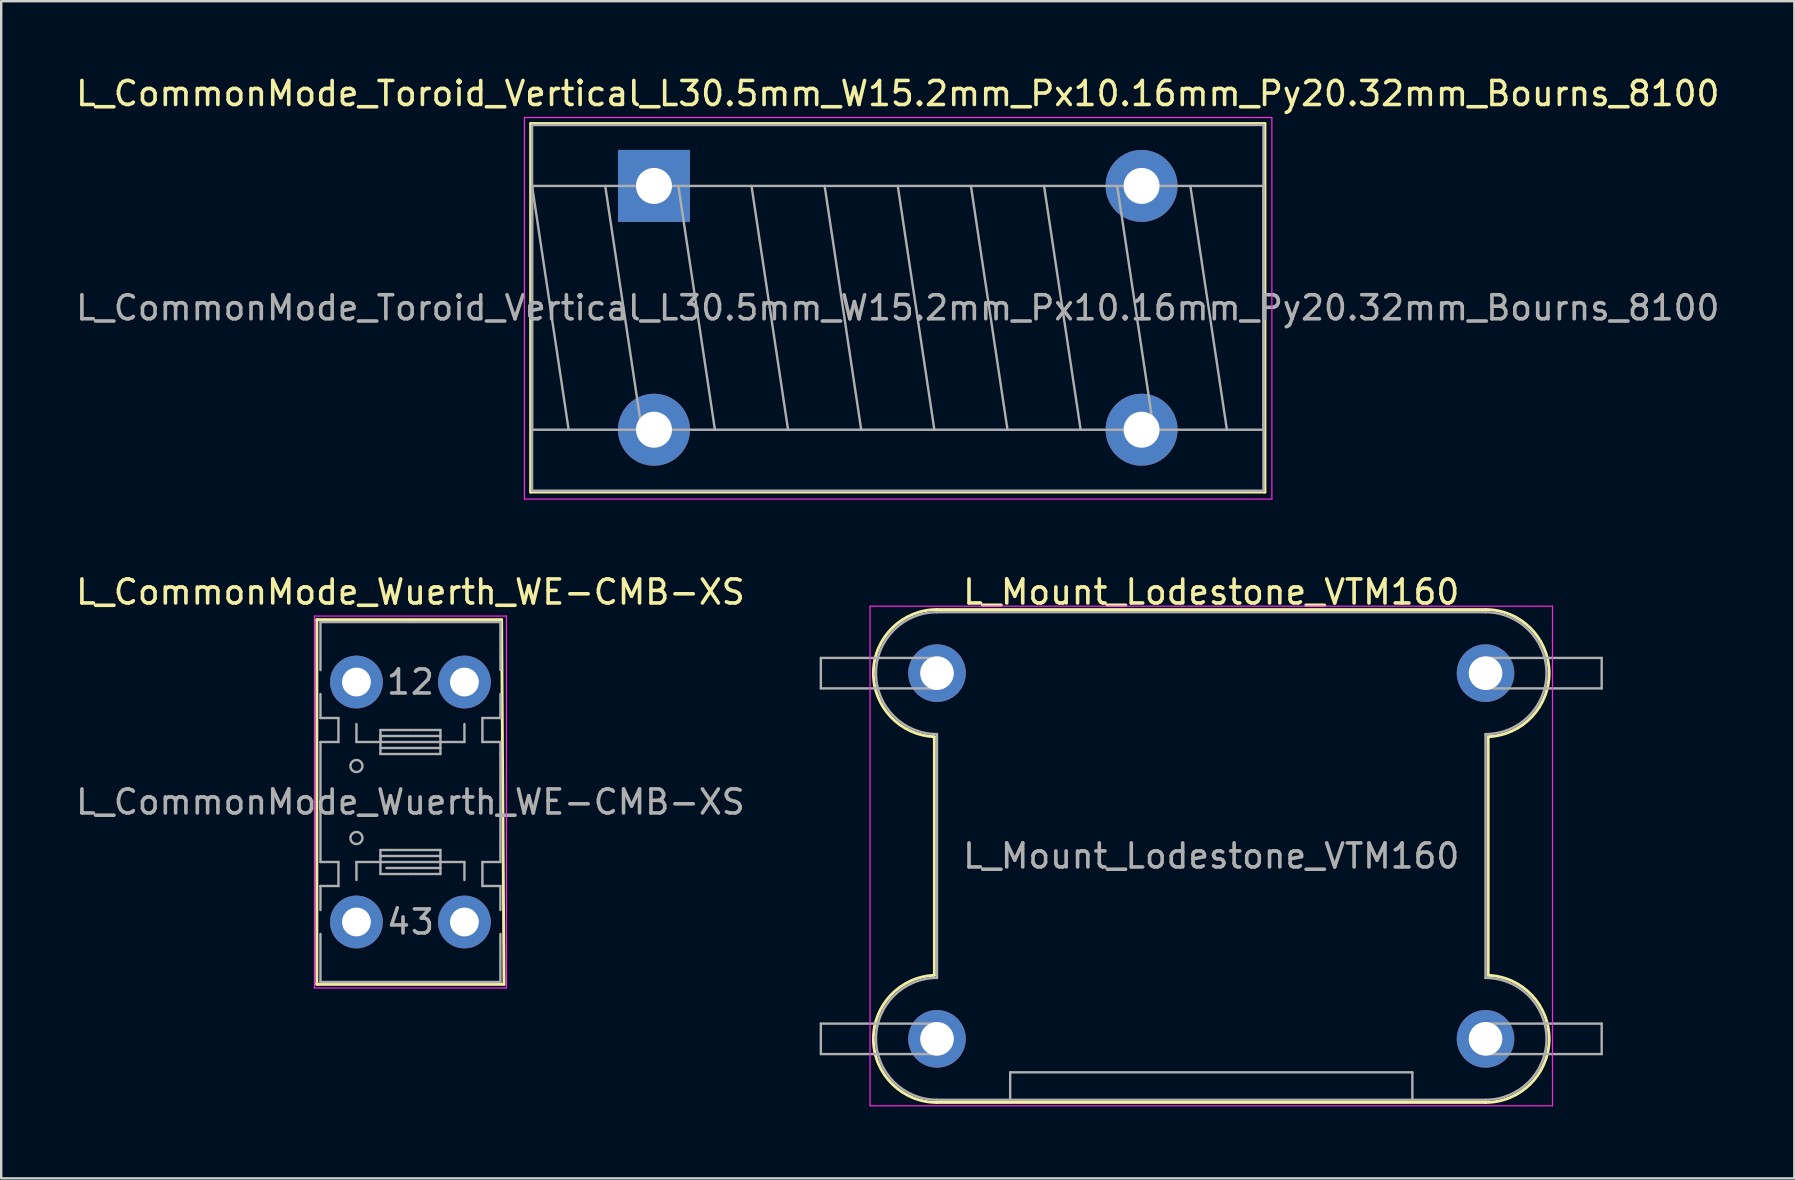
<source format=kicad_pcb>
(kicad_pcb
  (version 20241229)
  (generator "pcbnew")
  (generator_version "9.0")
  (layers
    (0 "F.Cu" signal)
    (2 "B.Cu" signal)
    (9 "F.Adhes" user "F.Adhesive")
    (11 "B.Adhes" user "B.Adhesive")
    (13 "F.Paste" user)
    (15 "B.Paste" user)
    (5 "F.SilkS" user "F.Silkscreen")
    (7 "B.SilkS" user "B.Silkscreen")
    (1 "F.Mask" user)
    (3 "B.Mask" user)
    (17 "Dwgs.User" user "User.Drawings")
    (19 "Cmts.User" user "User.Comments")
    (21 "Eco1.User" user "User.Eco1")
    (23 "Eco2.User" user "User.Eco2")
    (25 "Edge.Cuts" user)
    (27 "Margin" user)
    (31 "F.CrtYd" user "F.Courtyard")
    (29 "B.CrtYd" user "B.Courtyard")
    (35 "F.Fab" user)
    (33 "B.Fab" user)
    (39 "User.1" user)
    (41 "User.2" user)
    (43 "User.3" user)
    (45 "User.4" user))
  (footprint "L_CommonMode_Toroid_Vertical_L30.5mm_W15.2mm_Px10.16mm_Py20.32mm_Bourns_8100"
    (layer "F.Cu")
    (at 24.203 4.698)
    (property "Reference" "L_CommonMode_Toroid_Vertical_L30.5mm_W15.2mm_Px10.16mm_Py20.32mm_Bourns_8100" (at 10.16 -3.85 0) (layer "F.SilkS") (effects (font (size 1 1) (thickness 0.15))))
    (attr through_hole)
    (fp_line (start -5.14 -2.6) (end -5.14 12.76) (stroke (width 0.12) (type solid)) (layer "F.SilkS"))
    (fp_line (start -5.14 -2.6) (end 25.46 -2.6) (stroke (width 0.12) (type solid)) (layer "F.SilkS"))
    (fp_line (start -5.14 12.76) (end 25.46 12.76) (stroke (width 0.12) (type solid)) (layer "F.SilkS"))
    (fp_line (start 25.46 -2.6) (end 25.46 12.76) (stroke (width 0.12) (type solid)) (layer "F.SilkS"))
    (fp_line (start -5.4 -2.85) (end -5.4 13.05) (stroke (width 0.05) (type solid)) (layer "F.CrtYd"))
    (fp_line (start -5.4 13.05) (end 25.75 13.05) (stroke (width 0.05) (type solid)) (layer "F.CrtYd"))
    (fp_line (start 25.75 -2.85) (end -5.4 -2.85) (stroke (width 0.05) (type solid)) (layer "F.CrtYd"))
    (fp_line (start 25.75 13.05) (end 25.75 -2.85) (stroke (width 0.05) (type solid)) (layer "F.CrtYd"))
    (fp_line (start -5.08 -2.54) (end -5.08 12.7) (stroke (width 0.1) (type solid)) (layer "F.Fab"))
    (fp_line (start -5.08 0) (end -5.08 10.16) (stroke (width 0.1) (type solid)) (layer "F.Fab"))
    (fp_line (start -5.08 0) (end -3.556 10.16) (stroke (width 0.1) (type solid)) (layer "F.Fab"))
    (fp_line (start -5.08 10.16) (end 25.4 10.16) (stroke (width 0.1) (type solid)) (layer "F.Fab"))
    (fp_line (start -5.08 12.7) (end 25.4 12.7) (stroke (width 0.1) (type solid)) (layer "F.Fab"))
    (fp_line (start -2.032 0) (end -0.508 10.16) (stroke (width 0.1) (type solid)) (layer "F.Fab"))
    (fp_line (start 1.016 0) (end 2.54 10.16) (stroke (width 0.1) (type solid)) (layer "F.Fab"))
    (fp_line (start 4.064 0) (end 5.588 10.16) (stroke (width 0.1) (type solid)) (layer "F.Fab"))
    (fp_line (start 7.112 0) (end 8.636 10.16) (stroke (width 0.1) (type solid)) (layer "F.Fab"))
    (fp_line (start 10.16 0) (end 11.684 10.16) (stroke (width 0.1) (type solid)) (layer "F.Fab"))
    (fp_line (start 13.208 0) (end 14.732 10.16) (stroke (width 0.1) (type solid)) (layer "F.Fab"))
    (fp_line (start 16.256 0) (end 17.78 10.16) (stroke (width 0.1) (type solid)) (layer "F.Fab"))
    (fp_line (start 19.304 0) (end 20.828 10.16) (stroke (width 0.1) (type solid)) (layer "F.Fab"))
    (fp_line (start 22.352 0) (end 23.876 10.16) (stroke (width 0.1) (type solid)) (layer "F.Fab"))
    (fp_line (start 25.4 -2.54) (end -5.08 -2.54) (stroke (width 0.1) (type solid)) (layer "F.Fab"))
    (fp_line (start 25.4 0) (end -5.08 0) (stroke (width 0.1) (type solid)) (layer "F.Fab"))
    (fp_line (start 25.4 10.16) (end 25.4 0) (stroke (width 0.1) (type solid)) (layer "F.Fab"))
    (fp_line (start 25.4 12.7) (end 25.4 -2.54) (stroke (width 0.1) (type solid)) (layer "F.Fab"))
    (fp_text user "${REFERENCE}" (at 10.16 5.08 0) (layer "F.Fab") (effects (font (size 1 1) (thickness 0.15))))
    (pad "1" thru_hole rect (at 0 0) (size 3 3) (drill 1.5) (layers "*.Cu" "*.Mask"))
    (pad "2" thru_hole circle (at 0 10.16) (size 3 3) (drill 1.5) (layers "*.Cu" "*.Mask"))
    (pad "3" thru_hole circle (at 20.32 10.16) (size 3 3) (drill 1.5) (layers "*.Cu" "*.Mask"))
    (pad "4" thru_hole circle (at 20.32 0) (size 3 3) (drill 1.5) (layers "*.Cu" "*.Mask")))
  (footprint "L_Mount_Lodestone_VTM160"
    (layer "F.Cu")
    (at 35.997 40.242)
    (property "Reference" "L_Mount_Lodestone_VTM160" (at 11.43 -18.62 0) (layer "F.SilkS") (effects (font (size 1 1) (thickness 0.15))))
    (attr through_hole)
    (fp_line (start -0.11 -2.65) (end -0.11 -12.59) (stroke (width 0.12) (type solid)) (layer "F.SilkS"))
    (fp_line (start 0 -17.89) (end 22.86 -17.89) (stroke (width 0.12) (type solid)) (layer "F.SilkS"))
    (fp_line (start 0 2.65) (end 22.86 2.65) (stroke (width 0.12) (type solid)) (layer "F.SilkS"))
    (fp_line (start 22.97 -2.65) (end 22.97 -12.59) (stroke (width 0.12) (type solid)) (layer "F.SilkS"))
    (fp_arc (start -0.11097 -12.592325) (mid -2.649418 -15.295497) (end 0 -17.89) (stroke (width 0.12) (type solid)) (layer "F.SilkS"))
    (fp_arc (start 0 2.65) (mid -2.649419 0.055497) (end -0.11097 -2.647675) (stroke (width 0.12) (type solid)) (layer "F.SilkS"))
    (fp_arc (start 22.86 -17.89) (mid 25.509419 -15.295497) (end 22.97097 -12.592325) (stroke (width 0.12) (type solid)) (layer "F.SilkS"))
    (fp_arc (start 22.97097 -2.647675) (mid 25.509418 0.055497) (end 22.86 2.65) (stroke (width 0.12) (type solid)) (layer "F.SilkS"))
    (fp_line (start -2.79 -18.03) (end 25.65 -18.03) (stroke (width 0.05) (type solid)) (layer "F.CrtYd"))
    (fp_line (start -2.79 2.79) (end -2.79 -18.03) (stroke (width 0.05) (type solid)) (layer "F.CrtYd"))
    (fp_line (start -2.79 2.79) (end 25.65 2.79) (stroke (width 0.05) (type solid)) (layer "F.CrtYd"))
    (fp_line (start 25.65 2.79) (end 25.65 -18.03) (stroke (width 0.05) (type solid)) (layer "F.CrtYd"))
    (fp_line (start -4.84 -15.875) (end 0 -15.875) (stroke (width 0.1) (type solid)) (layer "F.Fab"))
    (fp_line (start -4.84 -14.605) (end -4.84 -15.875) (stroke (width 0.1) (type solid)) (layer "F.Fab"))
    (fp_line (start -4.84 -0.635) (end 0 -0.635) (stroke (width 0.1) (type solid)) (layer "F.Fab"))
    (fp_line (start -4.84 0.635) (end -4.84 -0.635) (stroke (width 0.1) (type solid)) (layer "F.Fab"))
    (fp_line (start 0 -17.78) (end 22.86 -17.78) (stroke (width 0.1) (type solid)) (layer "F.Fab"))
    (fp_line (start 0 -14.605) (end -4.84 -14.605) (stroke (width 0.1) (type solid)) (layer "F.Fab"))
    (fp_line (start 0 -2.54) (end 0 -12.7) (stroke (width 0.1) (type solid)) (layer "F.Fab"))
    (fp_line (start 0 0.635) (end -4.84 0.635) (stroke (width 0.1) (type solid)) (layer "F.Fab"))
    (fp_line (start 0 2.54) (end 22.86 2.54) (stroke (width 0.1) (type solid)) (layer "F.Fab"))
    (fp_line (start 3.05 1.395) (end 3.05 2.54) (stroke (width 0.1) (type solid)) (layer "F.Fab"))
    (fp_line (start 3.05 1.395) (end 19.81 1.395) (stroke (width 0.1) (type solid)) (layer "F.Fab"))
    (fp_line (start 19.81 1.395) (end 19.81 2.54) (stroke (width 0.1) (type solid)) (layer "F.Fab"))
    (fp_line (start 22.86 -15.875) (end 27.7 -15.875) (stroke (width 0.1) (type solid)) (layer "F.Fab"))
    (fp_line (start 22.86 -2.54) (end 22.86 -12.7) (stroke (width 0.1) (type solid)) (layer "F.Fab"))
    (fp_line (start 22.86 -0.635) (end 27.7 -0.635) (stroke (width 0.1) (type solid)) (layer "F.Fab"))
    (fp_line (start 27.7 -15.875) (end 27.7 -14.605) (stroke (width 0.1) (type solid)) (layer "F.Fab"))
    (fp_line (start 27.7 -14.605) (end 22.86 -14.605) (stroke (width 0.1) (type solid)) (layer "F.Fab"))
    (fp_line (start 27.7 -0.635) (end 27.7 0.635) (stroke (width 0.1) (type solid)) (layer "F.Fab"))
    (fp_line (start 27.7 0.635) (end 22.86 0.635) (stroke (width 0.1) (type solid)) (layer "F.Fab"))
    (fp_arc (start 0 -15.875) (mid 0.635 -15.24) (end 0 -14.605) (stroke (width 0.1) (type solid)) (layer "F.Fab"))
    (fp_arc (start 0 -12.7) (mid -2.54 -15.24) (end 0 -17.78) (stroke (width 0.1) (type solid)) (layer "F.Fab"))
    (fp_arc (start 0 -0.635) (mid 0.635 0) (end 0 0.635) (stroke (width 0.1) (type solid)) (layer "F.Fab"))
    (fp_arc (start 0 2.54) (mid -2.54 0) (end 0 -2.54) (stroke (width 0.1) (type solid)) (layer "F.Fab"))
    (fp_arc (start 22.86 -17.78) (mid 25.4 -15.24) (end 22.86 -12.7) (stroke (width 0.1) (type solid)) (layer "F.Fab"))
    (fp_arc (start 22.86 -14.605) (mid 22.225 -15.24) (end 22.86 -15.875) (stroke (width 0.1) (type solid)) (layer "F.Fab"))
    (fp_arc (start 22.86 -2.54) (mid 25.4 0) (end 22.86 2.54) (stroke (width 0.1) (type solid)) (layer "F.Fab"))
    (fp_arc (start 22.86 0.635) (mid 22.225 0) (end 22.86 -0.635) (stroke (width 0.1) (type solid)) (layer "F.Fab"))
    (fp_text user "${REFERENCE}" (at 11.43 -7.62 0) (layer "F.Fab") (effects (font (size 1 1) (thickness 0.15))))
    (pad "1" thru_hole circle (at 0 0) (size 2.4 2.4) (drill 1.4) (layers "*.Cu" "*.Mask"))
    (pad "2" thru_hole circle (at 22.86 -15.24) (size 2.4 2.4) (drill 1.4) (layers "*.Cu" "*.Mask"))
    (pad "3" thru_hole circle (at 0 -15.24) (size 2.4 2.4) (drill 1.4) (layers "*.Cu" "*.Mask"))
    (pad "4" thru_hole circle (at 22.86 0) (size 2.4 2.4) (drill 1.4) (layers "*.Cu" "*.Mask")))
  (footprint "L_CommonMode_Wuerth_WE-CMB-XS"
    (layer "F.Cu")
    (at 11.804 25.372)
    (property "Reference" "L_CommonMode_Wuerth_WE-CMB-XS" (at 2.25 -3.75 0) (layer "F.SilkS") (effects (font (size 1 1) (thickness 0.15))))
    (attr through_hole)
    (fp_line (start -1.65 -2.6) (end -1.65 12.6) (stroke (width 0.12) (type solid)) (layer "F.SilkS"))
    (fp_line (start -1.65 12.6) (end 6.15 12.6) (stroke (width 0.12) (type solid)) (layer "F.SilkS"))
    (fp_line (start 6.05 -2.6) (end -1.65 -2.6) (stroke (width 0.12) (type solid)) (layer "F.SilkS"))
    (fp_line (start 6.15 12.6) (end 6.05 -2.6) (stroke (width 0.12) (type solid)) (layer "F.SilkS"))
    (fp_line (start -1.75 -2.75) (end -1.75 12.75) (stroke (width 0.05) (type solid)) (layer "F.CrtYd"))
    (fp_line (start -1.75 12.75) (end 6.25 12.75) (stroke (width 0.05) (type solid)) (layer "F.CrtYd"))
    (fp_line (start 6.25 -2.75) (end -1.75 -2.75) (stroke (width 0.05) (type solid)) (layer "F.CrtYd"))
    (fp_line (start 6.25 12.75) (end 6.25 -2.75) (stroke (width 0.05) (type solid)) (layer "F.CrtYd"))
    (fp_line (start -1.5 -2.5) (end 2.25 -2.5) (stroke (width 0.1) (type solid)) (layer "F.Fab"))
    (fp_line (start -1.5 -0.5) (end -1.5 -2.5) (stroke (width 0.1) (type solid)) (layer "F.Fab"))
    (fp_line (start -1.5 1.5) (end -1.5 0.5) (stroke (width 0.1) (type solid)) (layer "F.Fab"))
    (fp_line (start -1.5 2.5) (end -0.75 2.5) (stroke (width 0.1) (type solid)) (layer "F.Fab"))
    (fp_line (start -1.5 7.5) (end -1.5 2.5) (stroke (width 0.1) (type solid)) (layer "F.Fab"))
    (fp_line (start -1.5 8.5) (end -0.75 8.5) (stroke (width 0.1) (type solid)) (layer "F.Fab"))
    (fp_line (start -1.5 9.5) (end -1.5 8.5) (stroke (width 0.1) (type solid)) (layer "F.Fab"))
    (fp_line (start -1.5 12.5) (end -1.5 10.5) (stroke (width 0.1) (type solid)) (layer "F.Fab"))
    (fp_line (start -0.75 1.5) (end -1.5 1.5) (stroke (width 0.1) (type solid)) (layer "F.Fab"))
    (fp_line (start -0.75 2.5) (end -0.75 1.5) (stroke (width 0.1) (type solid)) (layer "F.Fab"))
    (fp_line (start -0.75 7.5) (end -1.5 7.5) (stroke (width 0.1) (type solid)) (layer "F.Fab"))
    (fp_line (start -0.75 8.5) (end -0.75 7.5) (stroke (width 0.1) (type solid)) (layer "F.Fab"))
    (fp_line (start 0 2.5) (end 0 1.75) (stroke (width 0.1) (type solid)) (layer "F.Fab"))
    (fp_line (start 0 7.5) (end 0 8.25) (stroke (width 0.1) (type solid)) (layer "F.Fab"))
    (fp_line (start 1 2) (end 2.25 2) (stroke (width 0.1) (type solid)) (layer "F.Fab"))
    (fp_line (start 1 2.25) (end 1 2.5) (stroke (width 0.1) (type solid)) (layer "F.Fab"))
    (fp_line (start 1 2.5) (end 0 2.5) (stroke (width 0.1) (type solid)) (layer "F.Fab"))
    (fp_line (start 1 2.75) (end 3.5 2.75) (stroke (width 0.1) (type solid)) (layer "F.Fab"))
    (fp_line (start 1 3) (end 1 2) (stroke (width 0.1) (type solid)) (layer "F.Fab"))
    (fp_line (start 1 7) (end 1 8) (stroke (width 0.1) (type solid)) (layer "F.Fab"))
    (fp_line (start 1 7.5) (end 0 7.5) (stroke (width 0.1) (type solid)) (layer "F.Fab"))
    (fp_line (start 1 8) (end 2.25 8) (stroke (width 0.1) (type solid)) (layer "F.Fab"))
    (fp_line (start 1.25 7) (end 1 7) (stroke (width 0.1) (type solid)) (layer "F.Fab"))
    (fp_line (start 2.25 -2.5) (end 6 -2.5) (stroke (width 0.1) (type solid)) (layer "F.Fab"))
    (fp_line (start 2.25 2) (end 3.5 2) (stroke (width 0.1) (type solid)) (layer "F.Fab"))
    (fp_line (start 2.25 8) (end 3.5 8) (stroke (width 0.1) (type solid)) (layer "F.Fab"))
    (fp_line (start 3.5 2) (end 3.5 3) (stroke (width 0.1) (type solid)) (layer "F.Fab"))
    (fp_line (start 3.5 2.25) (end 1 2.25) (stroke (width 0.1) (type solid)) (layer "F.Fab"))
    (fp_line (start 3.5 2.5) (end 1 2.5) (stroke (width 0.1) (type solid)) (layer "F.Fab"))
    (fp_line (start 3.5 2.5) (end 4.5 2.5) (stroke (width 0.1) (type solid)) (layer "F.Fab"))
    (fp_line (start 3.5 3) (end 1 3) (stroke (width 0.1) (type solid)) (layer "F.Fab"))
    (fp_line (start 3.5 7) (end 1.25 7) (stroke (width 0.1) (type solid)) (layer "F.Fab"))
    (fp_line (start 3.5 7.25) (end 1 7.25) (stroke (width 0.1) (type solid)) (layer "F.Fab"))
    (fp_line (start 3.5 7.5) (end 1 7.5) (stroke (width 0.1) (type solid)) (layer "F.Fab"))
    (fp_line (start 3.5 7.5) (end 4.5 7.5) (stroke (width 0.1) (type solid)) (layer "F.Fab"))
    (fp_line (start 3.5 7.75) (end 1.25 7.75) (stroke (width 0.1) (type solid)) (layer "F.Fab"))
    (fp_line (start 3.5 8) (end 3.5 7) (stroke (width 0.1) (type solid)) (layer "F.Fab"))
    (fp_line (start 4.5 2.5) (end 4.5 1.75) (stroke (width 0.1) (type solid)) (layer "F.Fab"))
    (fp_line (start 4.5 7.5) (end 4.5 8.25) (stroke (width 0.1) (type solid)) (layer "F.Fab"))
    (fp_line (start 5.25 1.5) (end 5.25 2.5) (stroke (width 0.1) (type solid)) (layer "F.Fab"))
    (fp_line (start 5.25 2.5) (end 6 2.5) (stroke (width 0.1) (type solid)) (layer "F.Fab"))
    (fp_line (start 5.25 7.5) (end 5.25 8.5) (stroke (width 0.1) (type solid)) (layer "F.Fab"))
    (fp_line (start 5.25 8.5) (end 6 8.5) (stroke (width 0.1) (type solid)) (layer "F.Fab"))
    (fp_line (start 6 -2.5) (end 6 -0.5) (stroke (width 0.1) (type solid)) (layer "F.Fab"))
    (fp_line (start 6 0.5) (end 6 1.5) (stroke (width 0.1) (type solid)) (layer "F.Fab"))
    (fp_line (start 6 1.5) (end 5.25 1.5) (stroke (width 0.1) (type solid)) (layer "F.Fab"))
    (fp_line (start 6 2.5) (end 6 7.5) (stroke (width 0.1) (type solid)) (layer "F.Fab"))
    (fp_line (start 6 7.5) (end 5.25 7.5) (stroke (width 0.1) (type solid)) (layer "F.Fab"))
    (fp_line (start 6 8.5) (end 6 9.5) (stroke (width 0.1) (type solid)) (layer "F.Fab"))
    (fp_line (start 6 10.5) (end 6 12.5) (stroke (width 0.1) (type solid)) (layer "F.Fab"))
    (fp_line (start 6 12.5) (end -1.5 12.5) (stroke (width 0.1) (type solid)) (layer "F.Fab"))
    (fp_circle (center 0 3.5) (end 0.25 3.5) (stroke (width 0.1) (type solid)) (fill no) (layer "F.Fab"))
    (fp_circle (center 0 6.5) (end 0 6.25) (stroke (width 0.1) (type solid)) (fill no) (layer "F.Fab"))
    (fp_text user "2" (at 2.75 0 0) (layer "F.Fab") (effects (font (size 1 1) (thickness 0.15))))
    (fp_text user "3" (at 2.75 10 0) (layer "F.Fab") (effects (font (size 1 1) (thickness 0.15))))
    (fp_text user "${REFERENCE}" (at 2.25 5 0) (layer "F.Fab") (effects (font (size 1 1) (thickness 0.15))))
    (fp_text user "1" (at 1.75 0 0) (layer "F.Fab") (effects (font (size 1 1) (thickness 0.15))))
    (fp_text user "4" (at 1.75 10 0) (layer "F.Fab") (effects (font (size 1 1) (thickness 0.15))))
    (pad "1" thru_hole circle (at 0 0) (size 2.2 2.2) (drill 1.2) (layers "*.Cu" "*.Mask"))
    (pad "2" thru_hole circle (at 4.5 0) (size 2.2 2.2) (drill 1.2) (layers "*.Cu" "*.Mask"))
    (pad "3" thru_hole circle (at 4.5 10) (size 2.2 2.2) (drill 1.2) (layers "*.Cu" "*.Mask"))
    (pad "4" thru_hole circle (at 0 10) (size 2.2 2.2) (drill 1.2) (layers "*.Cu" "*.Mask")))
  (gr_rect
    (start -3 -3)
    (end 71.726 46.056)
    (stroke (width 0.1) (type default))
    (fill no)
    (layer "Edge.Cuts")))
</source>
